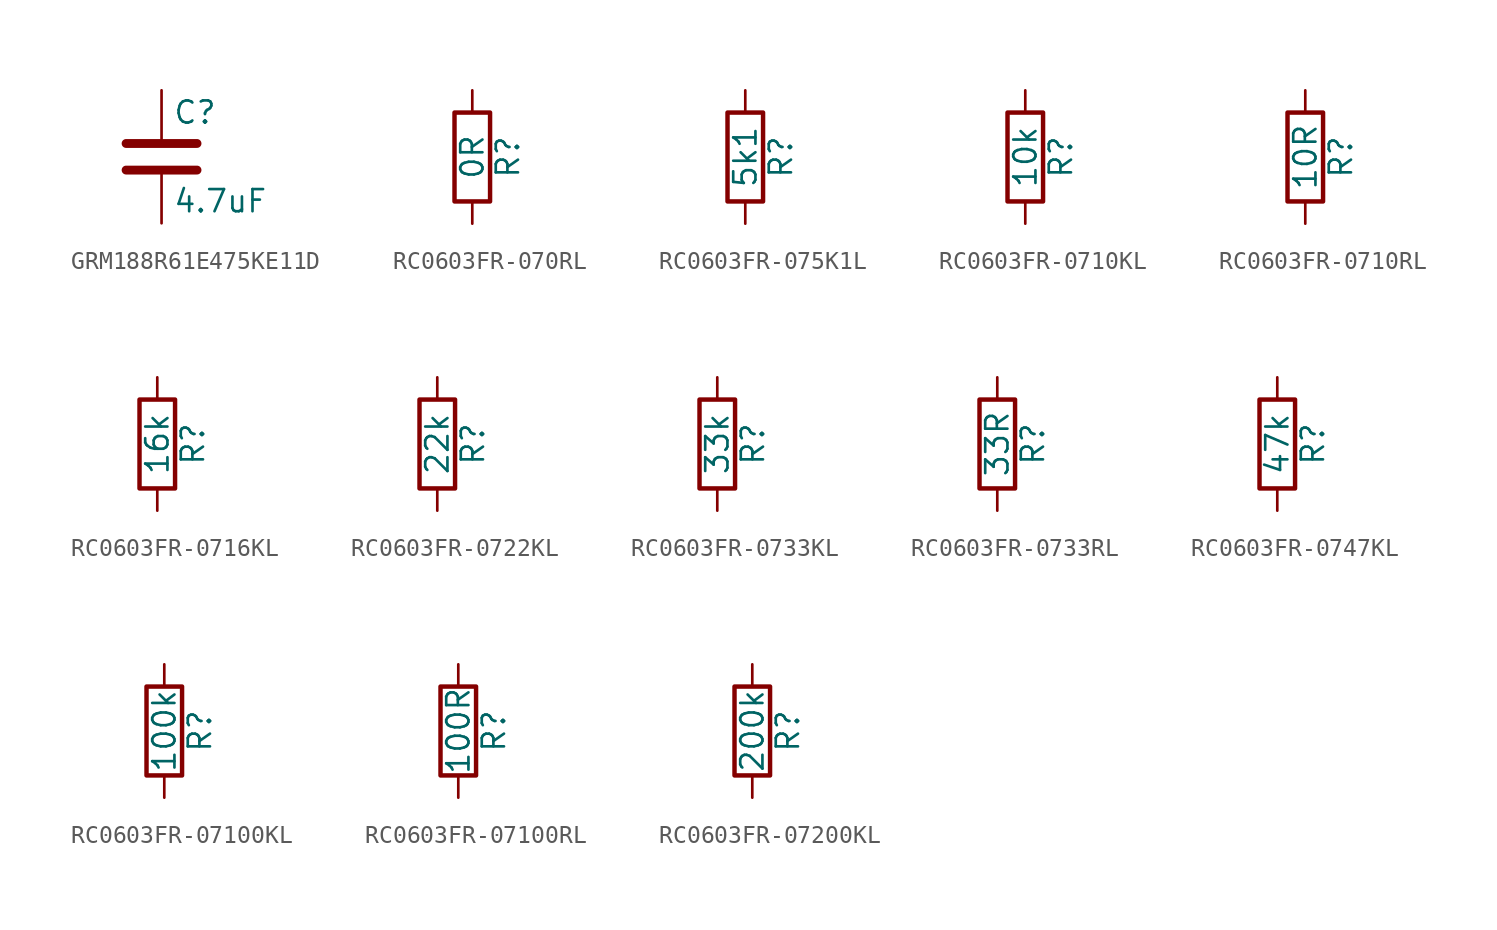
<source format=kicad_sym>
(kicad_symbol_lib
  (version 20220914)
  (generator kicad_symbol_editor)
  (symbol "GRM188R61E475KE11D"
    (pin_numbers hide)
    (pin_names
      (offset 0.254))
    (property "Reference" "C"
      (at 0.635 2.54 0)
      (effects (font (size 1.27 1.27)) (justify left)))
    (property "Value" "4.7uF"
      (at 0.635 -2.54 0)
      (effects (font (size 1.27 1.27)) (justify left)))
    (symbol "GRM188R61E475KE11D_0_1"
      (polyline (pts (xy -2.032 -0.762) (xy 2.032 -0.762)) (stroke (width 0.508) (type default)) (fill (type none)))
      (polyline (pts (xy -2.032 0.762) (xy 2.032 0.762)) (stroke (width 0.508) (type default)) (fill (type none))))
    (symbol "GRM188R61E475KE11D_1_1"
      (pin passive line (at 0 3.81 270) (length 2.794) (name "~" (effects (font (size 1.27 1.27)))) (number "1" (effects (font (size 1.27 1.27)))))
      (pin passive line (at 0 -3.81 90) (length 2.794) (name "~" (effects (font (size 1.27 1.27)))) (number "2" (effects (font (size 1.27 1.27)))))))
  (symbol "RC0603FR-070RL"
    (pin_numbers hide)
    (pin_names
      (offset 0))
    (property "Reference" "R"
      (at 2.032 0 90)
      (effects (font (size 1.27 1.27))))
    (property "Value" "0R"
      (at 0 0 90)
      (effects (font (size 1.27 1.27))))
    (symbol "RC0603FR-070RL_0_1"
      (rectangle (start -1.016 -2.54) (end 1.016 2.54) (stroke (width 0.254) (type default)) (fill (type none))))
    (symbol "RC0603FR-070RL_1_1"
      (pin passive line (at 0 3.81 270) (length 1.27) (name "~" (effects (font (size 1.27 1.27)))) (number "1" (effects (font (size 1.27 1.27)))))
      (pin passive line (at 0 -3.81 90) (length 1.27) (name "~" (effects (font (size 1.27 1.27)))) (number "2" (effects (font (size 1.27 1.27)))))))
  (symbol "RC0603FR-075K1L"
    (pin_numbers hide)
    (pin_names
      (offset 0))
    (property "Reference" "R"
      (at 2.032 0 90)
      (effects (font (size 1.27 1.27))))
    (property "Value" "5k1"
      (at 0 0 90)
      (effects (font (size 1.27 1.27))))
    (symbol "RC0603FR-075K1L_0_1"
      (rectangle (start -1.016 -2.54) (end 1.016 2.54) (stroke (width 0.254) (type default)) (fill (type none))))
    (symbol "RC0603FR-075K1L_1_1"
      (pin passive line (at 0 3.81 270) (length 1.27) (name "~" (effects (font (size 1.27 1.27)))) (number "1" (effects (font (size 1.27 1.27)))))
      (pin passive line (at 0 -3.81 90) (length 1.27) (name "~" (effects (font (size 1.27 1.27)))) (number "2" (effects (font (size 1.27 1.27)))))))
  (symbol "RC0603FR-0710KL"
    (pin_numbers hide)
    (pin_names
      (offset 0))
    (property "Reference" "R"
      (at 2.032 0 90)
      (effects (font (size 1.27 1.27))))
    (property "Value" "10k"
      (at 0 0 90)
      (effects (font (size 1.27 1.27))))
    (symbol "RC0603FR-0710KL_0_1"
      (rectangle (start -1.016 -2.54) (end 1.016 2.54) (stroke (width 0.254) (type default)) (fill (type none))))
    (symbol "RC0603FR-0710KL_1_1"
      (pin passive line (at 0 3.81 270) (length 1.27) (name "~" (effects (font (size 1.27 1.27)))) (number "1" (effects (font (size 1.27 1.27)))))
      (pin passive line (at 0 -3.81 90) (length 1.27) (name "~" (effects (font (size 1.27 1.27)))) (number "2" (effects (font (size 1.27 1.27)))))))
  (symbol "RC0603FR-0710RL"
    (pin_numbers hide)
    (pin_names
      (offset 0))
    (property "Reference" "R"
      (at 2.032 0 90)
      (effects (font (size 1.27 1.27))))
    (property "Value" "10R"
      (at 0 0 90)
      (effects (font (size 1.27 1.27))))
    (symbol "RC0603FR-0710RL_0_1"
      (rectangle (start -1.016 -2.54) (end 1.016 2.54) (stroke (width 0.254) (type default)) (fill (type none))))
    (symbol "RC0603FR-0710RL_1_1"
      (pin passive line (at 0 3.81 270) (length 1.27) (name "~" (effects (font (size 1.27 1.27)))) (number "1" (effects (font (size 1.27 1.27)))))
      (pin passive line (at 0 -3.81 90) (length 1.27) (name "~" (effects (font (size 1.27 1.27)))) (number "2" (effects (font (size 1.27 1.27)))))))
  (symbol "RC0603FR-0716KL"
    (pin_numbers hide)
    (pin_names
      (offset 0))
    (property "Reference" "R"
      (at 2.032 0 90)
      (effects (font (size 1.27 1.27))))
    (property "Value" "16k"
      (at 0 0 90)
      (effects (font (size 1.27 1.27))))
    (symbol "RC0603FR-0716KL_0_1"
      (rectangle (start -1.016 -2.54) (end 1.016 2.54) (stroke (width 0.254) (type default)) (fill (type none))))
    (symbol "RC0603FR-0716KL_1_1"
      (pin passive line (at 0 3.81 270) (length 1.27) (name "~" (effects (font (size 1.27 1.27)))) (number "1" (effects (font (size 1.27 1.27)))))
      (pin passive line (at 0 -3.81 90) (length 1.27) (name "~" (effects (font (size 1.27 1.27)))) (number "2" (effects (font (size 1.27 1.27)))))))
  (symbol "RC0603FR-0722KL"
    (pin_numbers hide)
    (pin_names
      (offset 0))
    (property "Reference" "R"
      (at 2.032 0 90)
      (effects (font (size 1.27 1.27))))
    (property "Value" "22k"
      (at 0 0 90)
      (effects (font (size 1.27 1.27))))
    (symbol "RC0603FR-0722KL_0_1"
      (rectangle (start -1.016 -2.54) (end 1.016 2.54) (stroke (width 0.254) (type default)) (fill (type none))))
    (symbol "RC0603FR-0722KL_1_1"
      (pin passive line (at 0 3.81 270) (length 1.27) (name "~" (effects (font (size 1.27 1.27)))) (number "1" (effects (font (size 1.27 1.27)))))
      (pin passive line (at 0 -3.81 90) (length 1.27) (name "~" (effects (font (size 1.27 1.27)))) (number "2" (effects (font (size 1.27 1.27)))))))
  (symbol "RC0603FR-0733KL"
    (pin_numbers hide)
    (pin_names
      (offset 0))
    (property "Reference" "R"
      (at 2.032 0 90)
      (effects (font (size 1.27 1.27))))
    (property "Value" "33k"
      (at 0 0 90)
      (effects (font (size 1.27 1.27))))
    (symbol "RC0603FR-0733KL_0_1"
      (rectangle (start -1.016 -2.54) (end 1.016 2.54) (stroke (width 0.254) (type default)) (fill (type none))))
    (symbol "RC0603FR-0733KL_1_1"
      (pin passive line (at 0 3.81 270) (length 1.27) (name "~" (effects (font (size 1.27 1.27)))) (number "1" (effects (font (size 1.27 1.27)))))
      (pin passive line (at 0 -3.81 90) (length 1.27) (name "~" (effects (font (size 1.27 1.27)))) (number "2" (effects (font (size 1.27 1.27)))))))
  (symbol "RC0603FR-0733RL"
    (pin_numbers hide)
    (pin_names
      (offset 0))
    (property "Reference" "R"
      (at 2.032 0 90)
      (effects (font (size 1.27 1.27))))
    (property "Value" "33R"
      (at 0 0 90)
      (effects (font (size 1.27 1.27))))
    (symbol "RC0603FR-0733RL_0_1"
      (rectangle (start -1.016 -2.54) (end 1.016 2.54) (stroke (width 0.254) (type default)) (fill (type none))))
    (symbol "RC0603FR-0733RL_1_1"
      (pin passive line (at 0 3.81 270) (length 1.27) (name "~" (effects (font (size 1.27 1.27)))) (number "1" (effects (font (size 1.27 1.27)))))
      (pin passive line (at 0 -3.81 90) (length 1.27) (name "~" (effects (font (size 1.27 1.27)))) (number "2" (effects (font (size 1.27 1.27)))))))
  (symbol "RC0603FR-0747KL"
    (pin_numbers hide)
    (pin_names
      (offset 0))
    (property "Reference" "R"
      (at 2.032 0 90)
      (effects (font (size 1.27 1.27))))
    (property "Value" "47k"
      (at 0 0 90)
      (effects (font (size 1.27 1.27))))
    (symbol "RC0603FR-0747KL_0_1"
      (rectangle (start -1.016 -2.54) (end 1.016 2.54) (stroke (width 0.254) (type default)) (fill (type none))))
    (symbol "RC0603FR-0747KL_1_1"
      (pin passive line (at 0 3.81 270) (length 1.27) (name "~" (effects (font (size 1.27 1.27)))) (number "1" (effects (font (size 1.27 1.27)))))
      (pin passive line (at 0 -3.81 90) (length 1.27) (name "~" (effects (font (size 1.27 1.27)))) (number "2" (effects (font (size 1.27 1.27)))))))
  (symbol "RC0603FR-07100KL"
    (pin_numbers hide)
    (pin_names
      (offset 0))
    (property "Reference" "R"
      (at 2.032 0 90)
      (effects (font (size 1.27 1.27))))
    (property "Value" "100k"
      (at 0 0 90)
      (effects (font (size 1.27 1.27))))
    (symbol "RC0603FR-07100KL_0_1"
      (rectangle (start -1.016 2.54) (end 1.016 -2.54) (stroke (width 0.254) (type default)) (fill (type none))))
    (symbol "RC0603FR-07100KL_1_1"
      (pin passive line (at 0 3.81 270) (length 1.27) (name "~" (effects (font (size 1.27 1.27)))) (number "1" (effects (font (size 1.27 1.27)))))
      (pin passive line (at 0 -3.81 90) (length 1.27) (name "~" (effects (font (size 1.27 1.27)))) (number "2" (effects (font (size 1.27 1.27)))))))
  (symbol "RC0603FR-07100RL"
    (pin_numbers hide)
    (pin_names
      (offset 0))
    (property "Reference" "R"
      (at 2.032 0 90)
      (effects (font (size 1.27 1.27))))
    (property "Value" "100R"
      (at 0 0 90)
      (effects (font (size 1.27 1.27))))
    (symbol "RC0603FR-07100RL_0_1"
      (rectangle (start -1.016 -2.54) (end 1.016 2.54) (stroke (width 0.254) (type default)) (fill (type none))))
    (symbol "RC0603FR-07100RL_1_1"
      (pin passive line (at 0 3.81 270) (length 1.27) (name "~" (effects (font (size 1.27 1.27)))) (number "1" (effects (font (size 1.27 1.27)))))
      (pin passive line (at 0 -3.81 90) (length 1.27) (name "~" (effects (font (size 1.27 1.27)))) (number "2" (effects (font (size 1.27 1.27)))))))
  (symbol "RC0603FR-07200KL"
    (pin_numbers hide)
    (pin_names
      (offset 0))
    (property "Reference" "R"
      (at 2.032 0 90)
      (effects (font (size 1.27 1.27))))
    (property "Value" "200k"
      (at 0 0 90)
      (effects (font (size 1.27 1.27))))
    (symbol "RC0603FR-07200KL_0_1"
      (rectangle (start -1.016 2.54) (end 1.016 -2.54) (stroke (width 0.254) (type default)) (fill (type none))))
    (symbol "RC0603FR-07200KL_1_1"
      (pin passive line (at 0 3.81 270) (length 1.27) (name "~" (effects (font (size 1.27 1.27)))) (number "1" (effects (font (size 1.27 1.27)))))
      (pin passive line (at 0 -3.81 90) (length 1.27) (name "~" (effects (font (size 1.27 1.27)))) (number "2" (effects (font (size 1.27 1.27))))))))
</source>
